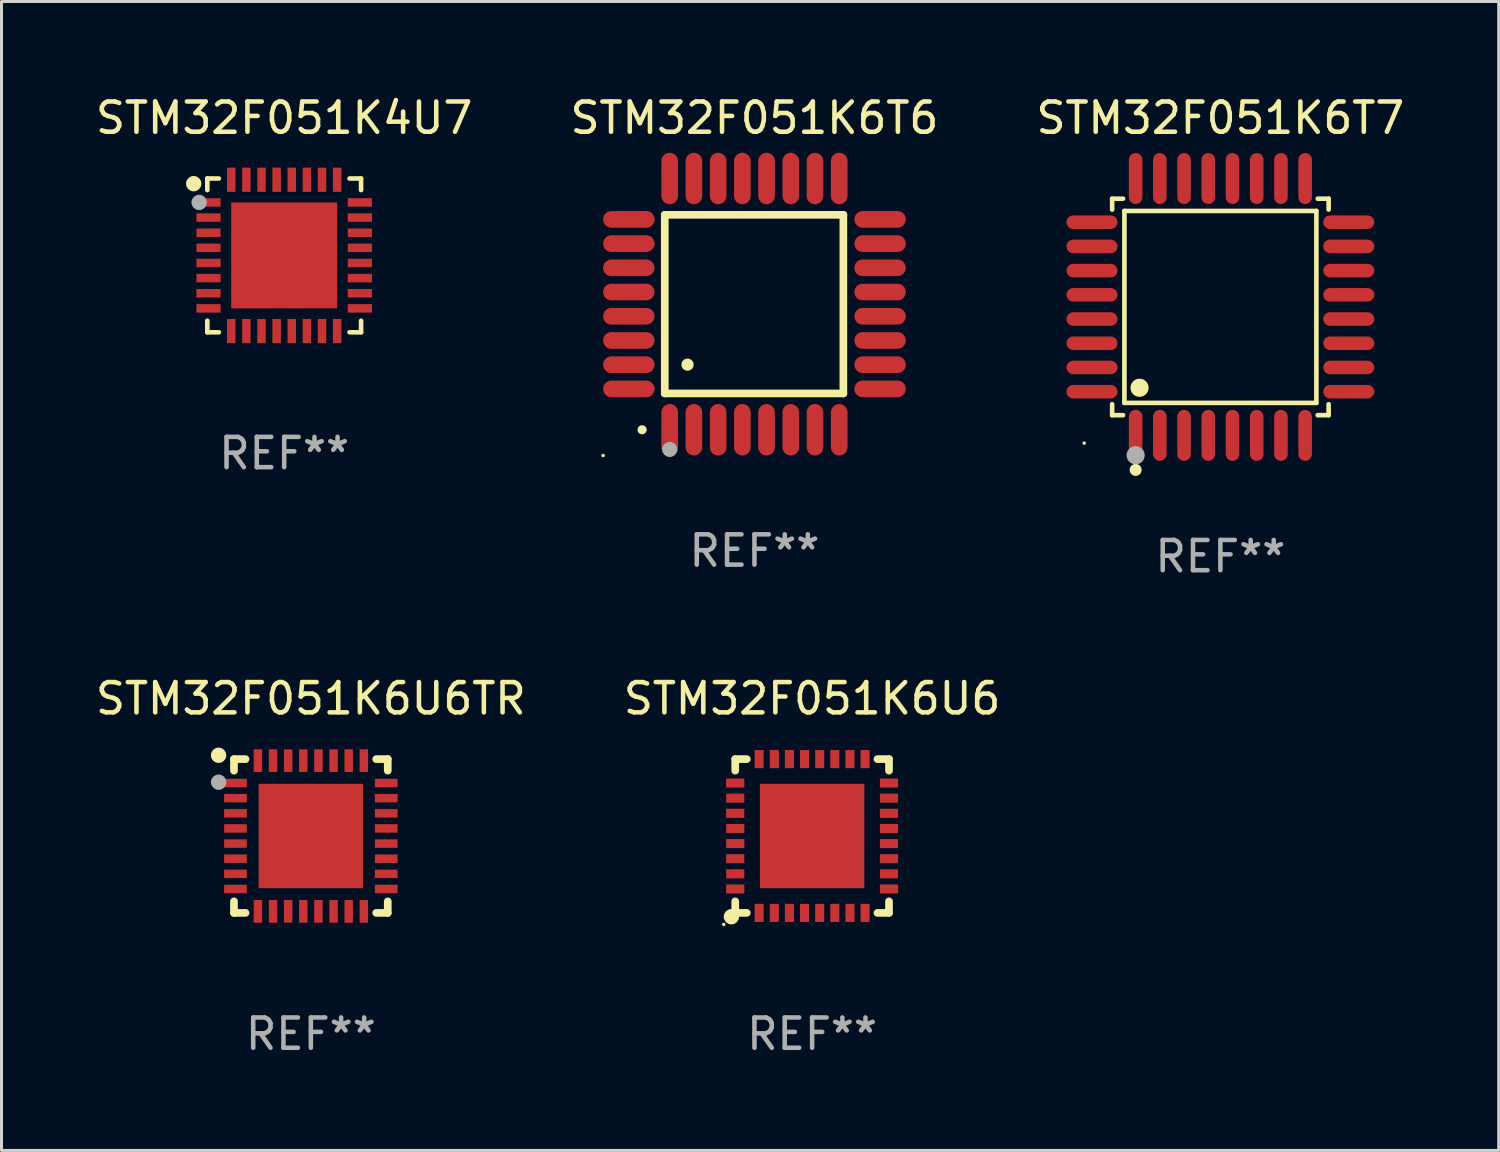
<source format=kicad_pcb>
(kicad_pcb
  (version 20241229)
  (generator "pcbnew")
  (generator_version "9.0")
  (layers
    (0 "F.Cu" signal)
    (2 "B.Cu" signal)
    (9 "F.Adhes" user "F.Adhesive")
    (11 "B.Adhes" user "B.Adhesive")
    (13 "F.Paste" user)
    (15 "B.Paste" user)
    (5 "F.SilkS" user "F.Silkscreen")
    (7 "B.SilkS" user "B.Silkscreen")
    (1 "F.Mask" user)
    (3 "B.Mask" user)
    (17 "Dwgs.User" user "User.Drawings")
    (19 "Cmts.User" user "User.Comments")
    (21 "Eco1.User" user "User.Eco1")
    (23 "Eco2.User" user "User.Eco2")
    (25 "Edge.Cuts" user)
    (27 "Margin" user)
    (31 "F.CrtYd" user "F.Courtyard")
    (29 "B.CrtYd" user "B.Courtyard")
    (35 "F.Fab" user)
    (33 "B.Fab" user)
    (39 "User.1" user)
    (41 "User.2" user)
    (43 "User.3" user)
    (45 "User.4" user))
  (footprint "STM32F051K6T6"
    (layer "F.Cu")
    (at 21.875 6.998)
    (property "Reference" "STM32F051K6T6" (at 0 -6.15 0) (layer "F.SilkS") (effects (font (size 1 1) (thickness 0.15))))
    (attr through_hole)
    (fp_line (start -2.963 -2.95) (end -2.963 2.95) (stroke (width 0.254) (type solid)) (layer "F.SilkS"))
    (fp_line (start -2.963 2.95) (end 2.937 2.95) (stroke (width 0.254) (type solid)) (layer "F.SilkS"))
    (fp_line (start 2.937 -2.95) (end -2.963 -2.95) (stroke (width 0.254) (type solid)) (layer "F.SilkS"))
    (fp_line (start 2.937 2.95) (end 2.937 -2.95) (stroke (width 0.254) (type solid)) (layer "F.SilkS"))
    (fp_arc (start -3.713487 4.150368) (mid -3.712217 4.150363) (end -3.710947 4.150368) (stroke (width 0.3) (type solid)) (layer "F.SilkS"))
    (fp_arc (start -2.212344 1.998984) (mid -2.211074 1.99898) (end -2.209804 1.998984) (stroke (width 0.4) (type solid)) (layer "F.SilkS"))
    (fp_circle (center -5 5) (end -4.97 5) (stroke (width 0.06) (type solid)) (fill no) (layer "F.SilkS"))
    (fp_circle (center -2.8 4.8) (end -2.675 4.8) (stroke (width 0.25) (type solid)) (fill no) (layer "F.Fab"))
    (fp_text user "REF**" (at 0 8.15 0) (layer "F.Fab") (effects (font (size 1 1) (thickness 0.15))))
    (pad "1" smd oval (at -2.8 4.15 180) (size 0.55 1.7) (layers "F.Cu" "F.Mask" "F.Paste"))
    (pad "2" smd oval (at -2 4.15 180) (size 0.55 1.7) (layers "F.Cu" "F.Mask" "F.Paste"))
    (pad "3" smd oval (at -1.2 4.15 180) (size 0.55 1.7) (layers "F.Cu" "F.Mask" "F.Paste"))
    (pad "4" smd oval (at -0.4 4.15 180) (size 0.55 1.7) (layers "F.Cu" "F.Mask" "F.Paste"))
    (pad "5" smd oval (at 0.4 4.15 180) (size 0.55 1.7) (layers "F.Cu" "F.Mask" "F.Paste"))
    (pad "6" smd oval (at 1.2 4.15 180) (size 0.55 1.7) (layers "F.Cu" "F.Mask" "F.Paste"))
    (pad "7" smd oval (at 2 4.15 180) (size 0.55 1.7) (layers "F.Cu" "F.Mask" "F.Paste"))
    (pad "8" smd oval (at 2.8 4.15 180) (size 0.55 1.7) (layers "F.Cu" "F.Mask" "F.Paste"))
    (pad "9" smd oval (at 4.15 2.8 90) (size 0.55 1.7) (layers "F.Cu" "F.Mask" "F.Paste"))
    (pad "10" smd oval (at 4.15 2 90) (size 0.55 1.7) (layers "F.Cu" "F.Mask" "F.Paste"))
    (pad "11" smd oval (at 4.15 1.2 90) (size 0.55 1.7) (layers "F.Cu" "F.Mask" "F.Paste"))
    (pad "12" smd oval (at 4.15 0.4 90) (size 0.55 1.7) (layers "F.Cu" "F.Mask" "F.Paste"))
    (pad "13" smd oval (at 4.15 -0.4 90) (size 0.55 1.7) (layers "F.Cu" "F.Mask" "F.Paste"))
    (pad "14" smd oval (at 4.15 -1.2 90) (size 0.55 1.7) (layers "F.Cu" "F.Mask" "F.Paste"))
    (pad "15" smd oval (at 4.15 -2 90) (size 0.55 1.7) (layers "F.Cu" "F.Mask" "F.Paste"))
    (pad "16" smd oval (at 4.15 -2.8 90) (size 0.55 1.7) (layers "F.Cu" "F.Mask" "F.Paste"))
    (pad "17" smd oval (at 2.8 -4.15 180) (size 0.55 1.7) (layers "F.Cu" "F.Mask" "F.Paste"))
    (pad "18" smd oval (at 2 -4.15 180) (size 0.55 1.7) (layers "F.Cu" "F.Mask" "F.Paste"))
    (pad "19" smd oval (at 1.2 -4.15 180) (size 0.55 1.7) (layers "F.Cu" "F.Mask" "F.Paste"))
    (pad "20" smd oval (at 0.4 -4.15 180) (size 0.55 1.7) (layers "F.Cu" "F.Mask" "F.Paste"))
    (pad "21" smd oval (at -0.4 -4.15 180) (size 0.55 1.7) (layers "F.Cu" "F.Mask" "F.Paste"))
    (pad "22" smd oval (at -1.2 -4.15 180) (size 0.55 1.7) (layers "F.Cu" "F.Mask" "F.Paste"))
    (pad "23" smd oval (at -2 -4.15 180) (size 0.55 1.7) (layers "F.Cu" "F.Mask" "F.Paste"))
    (pad "24" smd oval (at -2.8 -4.15 180) (size 0.55 1.7) (layers "F.Cu" "F.Mask" "F.Paste"))
    (pad "25" smd oval (at -4.15 -2.8 90) (size 0.55 1.7) (layers "F.Cu" "F.Mask" "F.Paste"))
    (pad "26" smd oval (at -4.15 -2 90) (size 0.55 1.7) (layers "F.Cu" "F.Mask" "F.Paste"))
    (pad "27" smd oval (at -4.15 -1.2 90) (size 0.55 1.7) (layers "F.Cu" "F.Mask" "F.Paste"))
    (pad "28" smd oval (at -4.15 -0.4 90) (size 0.55 1.7) (layers "F.Cu" "F.Mask" "F.Paste"))
    (pad "29" smd oval (at -4.15 0.4 90) (size 0.55 1.7) (layers "F.Cu" "F.Mask" "F.Paste"))
    (pad "30" smd oval (at -4.15 1.2 90) (size 0.55 1.7) (layers "F.Cu" "F.Mask" "F.Paste"))
    (pad "31" smd oval (at -4.15 2 90) (size 0.55 1.7) (layers "F.Cu" "F.Mask" "F.Paste"))
    (pad "32" smd oval (at -4.15 2.8 90) (size 0.55 1.7) (layers "F.Cu" "F.Mask" "F.Paste")))
  (footprint "STM32F051K6U6"
    (layer "F.Cu")
    (at 23.78 24.569)
    (property "Reference" "STM32F051K6U6" (at 0 -4.54 0) (layer "F.SilkS") (effects (font (size 1 1) (thickness 0.15))))
    (attr through_hole)
    (fp_line (start -2.54 -2.54) (end -2.159 -2.54) (stroke (width 0.254) (type solid)) (layer "F.SilkS"))
    (fp_line (start -2.54 -2.159) (end -2.54 -2.54) (stroke (width 0.254) (type solid)) (layer "F.SilkS"))
    (fp_line (start -2.54 2.54) (end -2.54 2.159) (stroke (width 0.254) (type solid)) (layer "F.SilkS"))
    (fp_line (start -2.159 2.54) (end -2.54 2.54) (stroke (width 0.254) (type solid)) (layer "F.SilkS"))
    (fp_line (start 2.159 -2.54) (end 2.54 -2.54) (stroke (width 0.254) (type solid)) (layer "F.SilkS"))
    (fp_line (start 2.54 -2.54) (end 2.54 -2.159) (stroke (width 0.254) (type solid)) (layer "F.SilkS"))
    (fp_line (start 2.54 2.159) (end 2.54 2.54) (stroke (width 0.254) (type solid)) (layer "F.SilkS"))
    (fp_line (start 2.54 2.54) (end 2.159 2.54) (stroke (width 0.254) (type solid)) (layer "F.SilkS"))
    (fp_circle (center -2.921 2.921) (end -2.891 2.921) (stroke (width 0.06) (type solid)) (fill no) (layer "F.SilkS"))
    (fp_circle (center -2.667 2.667) (end -2.54 2.667) (stroke (width 0.254) (type solid)) (fill no) (layer "F.SilkS"))
    (fp_text user "REF**" (at 0 6.54 0) (layer "F.Fab") (effects (font (size 1 1) (thickness 0.15))))
    (pad "1" smd rect (at -1.75 2.54 90) (size 0.6 0.3) (layers "F.Cu" "F.Mask" "F.Paste"))
    (pad "2" smd rect (at -1.25 2.54 90) (size 0.6 0.3) (layers "F.Cu" "F.Mask" "F.Paste"))
    (pad "3" smd rect (at -0.75 2.54 90) (size 0.6 0.3) (layers "F.Cu" "F.Mask" "F.Paste"))
    (pad "4" smd rect (at -0.25 2.54 90) (size 0.6 0.3) (layers "F.Cu" "F.Mask" "F.Paste"))
    (pad "5" smd rect (at 0.25 2.54 90) (size 0.6 0.3) (layers "F.Cu" "F.Mask" "F.Paste"))
    (pad "6" smd rect (at 0.75 2.54 90) (size 0.6 0.3) (layers "F.Cu" "F.Mask" "F.Paste"))
    (pad "7" smd rect (at 1.25 2.54 90) (size 0.6 0.3) (layers "F.Cu" "F.Mask" "F.Paste"))
    (pad "8" smd rect (at 1.75 2.54 90) (size 0.6 0.3) (layers "F.Cu" "F.Mask" "F.Paste"))
    (pad "9" smd rect (at 2.54 1.75 180) (size 0.6 0.3) (layers "F.Cu" "F.Mask" "F.Paste"))
    (pad "10" smd rect (at 2.54 1.25 180) (size 0.6 0.3) (layers "F.Cu" "F.Mask" "F.Paste"))
    (pad "11" smd rect (at 2.54 0.75 180) (size 0.6 0.3) (layers "F.Cu" "F.Mask" "F.Paste"))
    (pad "12" smd rect (at 2.54 0.25 180) (size 0.6 0.3) (layers "F.Cu" "F.Mask" "F.Paste"))
    (pad "13" smd rect (at 2.54 -0.25 180) (size 0.6 0.3) (layers "F.Cu" "F.Mask" "F.Paste"))
    (pad "14" smd rect (at 2.54 -0.75 180) (size 0.6 0.3) (layers "F.Cu" "F.Mask" "F.Paste"))
    (pad "15" smd rect (at 2.54 -1.25 180) (size 0.6 0.3) (layers "F.Cu" "F.Mask" "F.Paste"))
    (pad "16" smd rect (at 2.54 -1.75 180) (size 0.6 0.3) (layers "F.Cu" "F.Mask" "F.Paste"))
    (pad "17" smd rect (at 1.75 -2.54 270) (size 0.6 0.3) (layers "F.Cu" "F.Mask" "F.Paste"))
    (pad "18" smd rect (at 1.25 -2.54 270) (size 0.6 0.3) (layers "F.Cu" "F.Mask" "F.Paste"))
    (pad "19" smd rect (at 0.75 -2.54 270) (size 0.6 0.3) (layers "F.Cu" "F.Mask" "F.Paste"))
    (pad "20" smd rect (at 0.25 -2.54 270) (size 0.6 0.3) (layers "F.Cu" "F.Mask" "F.Paste"))
    (pad "21" smd rect (at -0.25 -2.54 270) (size 0.6 0.3) (layers "F.Cu" "F.Mask" "F.Paste"))
    (pad "22" smd rect (at -0.75 -2.54 270) (size 0.6 0.3) (layers "F.Cu" "F.Mask" "F.Paste"))
    (pad "23" smd rect (at -1.25 -2.54 270) (size 0.6 0.3) (layers "F.Cu" "F.Mask" "F.Paste"))
    (pad "24" smd rect (at -1.75 -2.54 270) (size 0.6 0.3) (layers "F.Cu" "F.Mask" "F.Paste"))
    (pad "25" smd rect (at -2.54 -1.75) (size 0.6 0.3) (layers "F.Cu" "F.Mask" "F.Paste"))
    (pad "26" smd rect (at -2.54 -1.25) (size 0.6 0.3) (layers "F.Cu" "F.Mask" "F.Paste"))
    (pad "27" smd rect (at -2.54 -0.75) (size 0.6 0.3) (layers "F.Cu" "F.Mask" "F.Paste"))
    (pad "28" smd rect (at -2.54 -0.25) (size 0.6 0.3) (layers "F.Cu" "F.Mask" "F.Paste"))
    (pad "29" smd rect (at -2.54 0.25) (size 0.6 0.3) (layers "F.Cu" "F.Mask" "F.Paste"))
    (pad "30" smd rect (at -2.54 0.75) (size 0.6 0.3) (layers "F.Cu" "F.Mask" "F.Paste"))
    (pad "31" smd rect (at -2.54 1.25) (size 0.6 0.3) (layers "F.Cu" "F.Mask" "F.Paste"))
    (pad "32" smd rect (at -2.54 1.75) (size 0.6 0.3) (layers "F.Cu" "F.Mask" "F.Paste"))
    (pad "33" smd rect (at 0 0) (size 3.45 3.45) (layers "F.Cu" "F.Mask" "F.Paste")))
  (footprint "STM32F051K6T7"
    (layer "F.Cu")
    (at 37.268 7.09)
    (property "Reference" "STM32F051K6T7" (at 0 -6.242 0) (layer "F.SilkS") (effects (font (size 1 1) (thickness 0.15))))
    (attr through_hole)
    (fp_line (start -3.576 -3.576) (end -3.215 -3.576) (stroke (width 0.152) (type solid)) (layer "F.SilkS"))
    (fp_line (start -3.576 -3.215) (end -3.576 -3.576) (stroke (width 0.152) (type solid)) (layer "F.SilkS"))
    (fp_line (start -3.576 3.215) (end -3.576 3.576) (stroke (width 0.152) (type solid)) (layer "F.SilkS"))
    (fp_line (start -3.576 3.576) (end -3.215 3.576) (stroke (width 0.152) (type solid)) (layer "F.SilkS"))
    (fp_line (start -3.171 -3.171) (end 3.171 -3.171) (stroke (width 0.152) (type solid)) (layer "F.SilkS"))
    (fp_line (start -3.171 3.171) (end -3.171 -3.171) (stroke (width 0.152) (type solid)) (layer "F.SilkS"))
    (fp_line (start 3.171 -3.171) (end 3.171 3.171) (stroke (width 0.152) (type solid)) (layer "F.SilkS"))
    (fp_line (start 3.171 3.171) (end -3.171 3.171) (stroke (width 0.152) (type solid)) (layer "F.SilkS"))
    (fp_line (start 3.576 -3.576) (end 3.215 -3.576) (stroke (width 0.152) (type solid)) (layer "F.SilkS"))
    (fp_line (start 3.576 -3.215) (end 3.576 -3.576) (stroke (width 0.152) (type solid)) (layer "F.SilkS"))
    (fp_line (start 3.576 3.215) (end 3.576 3.576) (stroke (width 0.152) (type solid)) (layer "F.SilkS"))
    (fp_line (start 3.576 3.576) (end 3.215 3.576) (stroke (width 0.152) (type solid)) (layer "F.SilkS"))
    (fp_circle (center -4.5 4.5) (end -4.47 4.5) (stroke (width 0.06) (type solid)) (fill no) (layer "F.SilkS"))
    (fp_circle (center -2.8 5.384) (end -2.7 5.384) (stroke (width 0.2) (type solid)) (fill no) (layer "F.SilkS"))
    (fp_circle (center -2.671 2.671) (end -2.521 2.671) (stroke (width 0.3) (type solid)) (fill no) (layer "F.SilkS"))
    (fp_circle (center -2.8 4.9) (end -2.65 4.9) (stroke (width 0.3) (type solid)) (fill no) (layer "F.Fab"))
    (fp_text user "REF**" (at 0 8.242 0) (layer "F.Fab") (effects (font (size 1 1) (thickness 0.15))))
    (pad "1" smd oval (at -2.8 4.242) (size 0.448 1.684) (layers "F.Cu" "F.Mask" "F.Paste"))
    (pad "2" smd oval (at -2 4.242) (size 0.448 1.684) (layers "F.Cu" "F.Mask" "F.Paste"))
    (pad "3" smd oval (at -1.2 4.242) (size 0.448 1.684) (layers "F.Cu" "F.Mask" "F.Paste"))
    (pad "4" smd oval (at -0.4 4.242) (size 0.448 1.684) (layers "F.Cu" "F.Mask" "F.Paste"))
    (pad "5" smd oval (at 0.4 4.242) (size 0.448 1.684) (layers "F.Cu" "F.Mask" "F.Paste"))
    (pad "6" smd oval (at 1.2 4.242) (size 0.448 1.684) (layers "F.Cu" "F.Mask" "F.Paste"))
    (pad "7" smd oval (at 2 4.242) (size 0.448 1.684) (layers "F.Cu" "F.Mask" "F.Paste"))
    (pad "8" smd oval (at 2.8 4.242) (size 0.448 1.684) (layers "F.Cu" "F.Mask" "F.Paste"))
    (pad "9" smd oval (at 4.242 2.8) (size 1.684 0.448) (layers "F.Cu" "F.Mask" "F.Paste"))
    (pad "10" smd oval (at 4.242 2) (size 1.684 0.448) (layers "F.Cu" "F.Mask" "F.Paste"))
    (pad "11" smd oval (at 4.242 1.2) (size 1.684 0.448) (layers "F.Cu" "F.Mask" "F.Paste"))
    (pad "12" smd oval (at 4.242 0.4) (size 1.684 0.448) (layers "F.Cu" "F.Mask" "F.Paste"))
    (pad "13" smd oval (at 4.242 -0.4) (size 1.684 0.448) (layers "F.Cu" "F.Mask" "F.Paste"))
    (pad "14" smd oval (at 4.242 -1.2) (size 1.684 0.448) (layers "F.Cu" "F.Mask" "F.Paste"))
    (pad "15" smd oval (at 4.242 -2) (size 1.684 0.448) (layers "F.Cu" "F.Mask" "F.Paste"))
    (pad "16" smd oval (at 4.242 -2.8) (size 1.684 0.448) (layers "F.Cu" "F.Mask" "F.Paste"))
    (pad "17" smd oval (at 2.8 -4.242) (size 0.448 1.684) (layers "F.Cu" "F.Mask" "F.Paste"))
    (pad "18" smd oval (at 2 -4.242) (size 0.448 1.684) (layers "F.Cu" "F.Mask" "F.Paste"))
    (pad "19" smd oval (at 1.2 -4.242) (size 0.448 1.684) (layers "F.Cu" "F.Mask" "F.Paste"))
    (pad "20" smd oval (at 0.4 -4.242) (size 0.448 1.684) (layers "F.Cu" "F.Mask" "F.Paste"))
    (pad "21" smd oval (at -0.4 -4.242) (size 0.448 1.684) (layers "F.Cu" "F.Mask" "F.Paste"))
    (pad "22" smd oval (at -1.2 -4.242) (size 0.448 1.684) (layers "F.Cu" "F.Mask" "F.Paste"))
    (pad "23" smd oval (at -2 -4.242) (size 0.448 1.684) (layers "F.Cu" "F.Mask" "F.Paste"))
    (pad "24" smd oval (at -2.8 -4.242) (size 0.448 1.684) (layers "F.Cu" "F.Mask" "F.Paste"))
    (pad "25" smd oval (at -4.242 -2.8) (size 1.684 0.448) (layers "F.Cu" "F.Mask" "F.Paste"))
    (pad "26" smd oval (at -4.242 -2) (size 1.684 0.448) (layers "F.Cu" "F.Mask" "F.Paste"))
    (pad "27" smd oval (at -4.242 -1.2) (size 1.684 0.448) (layers "F.Cu" "F.Mask" "F.Paste"))
    (pad "28" smd oval (at -4.242 -0.4) (size 1.684 0.448) (layers "F.Cu" "F.Mask" "F.Paste"))
    (pad "29" smd oval (at -4.242 0.4) (size 1.684 0.448) (layers "F.Cu" "F.Mask" "F.Paste"))
    (pad "30" smd oval (at -4.242 1.2) (size 1.684 0.448) (layers "F.Cu" "F.Mask" "F.Paste"))
    (pad "31" smd oval (at -4.242 2) (size 1.684 0.448) (layers "F.Cu" "F.Mask" "F.Paste"))
    (pad "32" smd oval (at -4.242 2.8) (size 1.684 0.448) (layers "F.Cu" "F.Mask" "F.Paste")))
  (footprint "STM32F051K4U7"
    (layer "F.Cu")
    (at 6.339 5.388)
    (property "Reference" "STM32F051K4U7" (at 0 -4.54 0) (layer "F.SilkS") (effects (font (size 1 1) (thickness 0.15))))
    (attr through_hole)
    (fp_line (start -2.54 -2.54) (end -2.159 -2.54) (stroke (width 0.152) (type solid)) (layer "F.SilkS"))
    (fp_line (start -2.54 -2.159) (end -2.54 -2.54) (stroke (width 0.152) (type solid)) (layer "F.SilkS"))
    (fp_line (start -2.54 2.54) (end -2.54 2.159) (stroke (width 0.152) (type solid)) (layer "F.SilkS"))
    (fp_line (start -2.159 2.54) (end -2.54 2.54) (stroke (width 0.152) (type solid)) (layer "F.SilkS"))
    (fp_line (start 2.159 -2.54) (end 2.54 -2.54) (stroke (width 0.152) (type solid)) (layer "F.SilkS"))
    (fp_line (start 2.54 -2.54) (end 2.54 -2.159) (stroke (width 0.152) (type solid)) (layer "F.SilkS"))
    (fp_line (start 2.54 2.159) (end 2.54 2.54) (stroke (width 0.152) (type solid)) (layer "F.SilkS"))
    (fp_line (start 2.54 2.54) (end 2.159 2.54) (stroke (width 0.152) (type solid)) (layer "F.SilkS"))
    (fp_circle (center -2.99 -2.37) (end -2.863 -2.37) (stroke (width 0.254) (type solid)) (fill no) (layer "F.SilkS"))
    (fp_circle (center -2.5 -2.5) (end -2.47 -2.5) (stroke (width 0.06) (type solid)) (fill no) (layer "F.SilkS"))
    (fp_circle (center -2.81 -1.75) (end -2.683 -1.75) (stroke (width 0.254) (type solid)) (fill no) (layer "F.Fab"))
    (fp_text user "REF**" (at 0 6.54 0) (layer "F.Fab") (effects (font (size 1 1) (thickness 0.15))))
    (pad "1" smd rect (at -2.5 -1.75 270) (size 0.28 0.8) (layers "F.Cu" "F.Mask" "F.Paste"))
    (pad "2" smd rect (at -2.5 -1.25 270) (size 0.28 0.8) (layers "F.Cu" "F.Mask" "F.Paste"))
    (pad "3" smd rect (at -2.5 -0.75 270) (size 0.28 0.8) (layers "F.Cu" "F.Mask" "F.Paste"))
    (pad "4" smd rect (at -2.5 -0.25 270) (size 0.28 0.8) (layers "F.Cu" "F.Mask" "F.Paste"))
    (pad "5" smd rect (at -2.5 0.25 270) (size 0.28 0.8) (layers "F.Cu" "F.Mask" "F.Paste"))
    (pad "6" smd rect (at -2.5 0.75 270) (size 0.28 0.8) (layers "F.Cu" "F.Mask" "F.Paste"))
    (pad "7" smd rect (at -2.5 1.25 270) (size 0.28 0.8) (layers "F.Cu" "F.Mask" "F.Paste"))
    (pad "8" smd rect (at -2.5 1.75 270) (size 0.28 0.8) (layers "F.Cu" "F.Mask" "F.Paste"))
    (pad "9" smd rect (at -1.75 2.5 270) (size 0.8 0.28) (layers "F.Cu" "F.Mask" "F.Paste"))
    (pad "10" smd rect (at -1.25 2.5 270) (size 0.8 0.28) (layers "F.Cu" "F.Mask" "F.Paste"))
    (pad "11" smd rect (at -0.75 2.5 270) (size 0.8 0.28) (layers "F.Cu" "F.Mask" "F.Paste"))
    (pad "12" smd rect (at -0.25 2.5 270) (size 0.8 0.28) (layers "F.Cu" "F.Mask" "F.Paste"))
    (pad "13" smd rect (at 0.25 2.5 270) (size 0.8 0.28) (layers "F.Cu" "F.Mask" "F.Paste"))
    (pad "14" smd rect (at 0.75 2.5 270) (size 0.8 0.28) (layers "F.Cu" "F.Mask" "F.Paste"))
    (pad "15" smd rect (at 1.25 2.5 270) (size 0.8 0.28) (layers "F.Cu" "F.Mask" "F.Paste"))
    (pad "16" smd rect (at 1.75 2.5 270) (size 0.8 0.28) (layers "F.Cu" "F.Mask" "F.Paste"))
    (pad "17" smd rect (at 2.5 1.75 270) (size 0.28 0.8) (layers "F.Cu" "F.Mask" "F.Paste"))
    (pad "18" smd rect (at 2.5 1.25 270) (size 0.28 0.8) (layers "F.Cu" "F.Mask" "F.Paste"))
    (pad "19" smd rect (at 2.5 0.75 270) (size 0.28 0.8) (layers "F.Cu" "F.Mask" "F.Paste"))
    (pad "20" smd rect (at 2.5 0.25 270) (size 0.28 0.8) (layers "F.Cu" "F.Mask" "F.Paste"))
    (pad "21" smd rect (at 2.5 -0.25 270) (size 0.28 0.8) (layers "F.Cu" "F.Mask" "F.Paste"))
    (pad "22" smd rect (at 2.5 -0.75 270) (size 0.28 0.8) (layers "F.Cu" "F.Mask" "F.Paste"))
    (pad "23" smd rect (at 2.5 -1.25 270) (size 0.28 0.8) (layers "F.Cu" "F.Mask" "F.Paste"))
    (pad "24" smd rect (at 2.5 -1.75 270) (size 0.28 0.8) (layers "F.Cu" "F.Mask" "F.Paste"))
    (pad "25" smd rect (at 1.75 -2.5 270) (size 0.8 0.28) (layers "F.Cu" "F.Mask" "F.Paste"))
    (pad "26" smd rect (at 1.25 -2.5 270) (size 0.8 0.28) (layers "F.Cu" "F.Mask" "F.Paste"))
    (pad "27" smd rect (at 0.75 -2.5 270) (size 0.8 0.28) (layers "F.Cu" "F.Mask" "F.Paste"))
    (pad "28" smd rect (at 0.25 -2.5 270) (size 0.8 0.28) (layers "F.Cu" "F.Mask" "F.Paste"))
    (pad "29" smd rect (at -0.25 -2.5 270) (size 0.8 0.28) (layers "F.Cu" "F.Mask" "F.Paste"))
    (pad "30" smd rect (at -0.75 -2.5 270) (size 0.8 0.28) (layers "F.Cu" "F.Mask" "F.Paste"))
    (pad "31" smd rect (at -1.25 -2.5 270) (size 0.8 0.28) (layers "F.Cu" "F.Mask" "F.Paste"))
    (pad "32" smd rect (at -1.75 -2.5 270) (size 0.8 0.28) (layers "F.Cu" "F.Mask" "F.Paste"))
    (pad "33" smd rect (at -0.000102 0.000102 270) (size 3.5 3.5) (layers "F.Cu" "F.Mask" "F.Paste")))
  (footprint "STM32F051K6U6TR"
    (layer "F.Cu")
    (at 7.22 24.569)
    (property "Reference" "STM32F051K6U6TR" (at 0 -4.54 0) (layer "F.SilkS") (effects (font (size 1 1) (thickness 0.15))))
    (attr through_hole)
    (fp_line (start -2.54 -2.54) (end -2.159 -2.54) (stroke (width 0.254) (type solid)) (layer "F.SilkS"))
    (fp_line (start -2.54 -2.159) (end -2.54 -2.54) (stroke (width 0.254) (type solid)) (layer "F.SilkS"))
    (fp_line (start -2.54 2.54) (end -2.54 2.159) (stroke (width 0.254) (type solid)) (layer "F.SilkS"))
    (fp_line (start -2.159 2.54) (end -2.54 2.54) (stroke (width 0.254) (type solid)) (layer "F.SilkS"))
    (fp_line (start 2.159 -2.54) (end 2.54 -2.54) (stroke (width 0.254) (type solid)) (layer "F.SilkS"))
    (fp_line (start 2.54 -2.54) (end 2.54 -2.159) (stroke (width 0.254) (type solid)) (layer "F.SilkS"))
    (fp_line (start 2.54 2.159) (end 2.54 2.54) (stroke (width 0.254) (type solid)) (layer "F.SilkS"))
    (fp_line (start 2.54 2.54) (end 2.159 2.54) (stroke (width 0.254) (type solid)) (layer "F.SilkS"))
    (fp_circle (center -3.048 -2.667) (end -2.921 -2.667) (stroke (width 0.254) (type solid)) (fill no) (layer "F.SilkS"))
    (fp_circle (center -2.5 -2.5) (end -2.47 -2.5) (stroke (width 0.06) (type solid)) (fill no) (layer "F.SilkS"))
    (fp_circle (center -3.048 -1.778) (end -2.921 -1.778) (stroke (width 0.254) (type solid)) (fill no) (layer "F.Fab"))
    (fp_text user "REF**" (at 0 6.54 0) (layer "F.Fab") (effects (font (size 1 1) (thickness 0.15))))
    (pad "1" smd rect (at -2.49 -1.75) (size 0.75 0.28) (layers "F.Cu" "F.Mask" "F.Paste"))
    (pad "2" smd rect (at -2.49 -1.25) (size 0.75 0.28) (layers "F.Cu" "F.Mask" "F.Paste"))
    (pad "3" smd rect (at -2.49 -0.75) (size 0.75 0.28) (layers "F.Cu" "F.Mask" "F.Paste"))
    (pad "4" smd rect (at -2.49 -0.25) (size 0.75 0.28) (layers "F.Cu" "F.Mask" "F.Paste"))
    (pad "5" smd rect (at -2.49 0.25) (size 0.75 0.28) (layers "F.Cu" "F.Mask" "F.Paste"))
    (pad "6" smd rect (at -2.49 0.75) (size 0.75 0.28) (layers "F.Cu" "F.Mask" "F.Paste"))
    (pad "7" smd rect (at -2.49 1.25) (size 0.75 0.28) (layers "F.Cu" "F.Mask" "F.Paste"))
    (pad "8" smd rect (at -2.49 1.75) (size 0.75 0.28) (layers "F.Cu" "F.Mask" "F.Paste"))
    (pad "9" smd rect (at -1.75 2.49) (size 0.28 0.75) (layers "F.Cu" "F.Mask" "F.Paste"))
    (pad "10" smd rect (at -1.25 2.49) (size 0.28 0.75) (layers "F.Cu" "F.Mask" "F.Paste"))
    (pad "11" smd rect (at -0.75 2.49) (size 0.28 0.75) (layers "F.Cu" "F.Mask" "F.Paste"))
    (pad "12" smd rect (at -0.25 2.49) (size 0.28 0.75) (layers "F.Cu" "F.Mask" "F.Paste"))
    (pad "13" smd rect (at 0.25 2.49) (size 0.28 0.75) (layers "F.Cu" "F.Mask" "F.Paste"))
    (pad "14" smd rect (at 0.75 2.49) (size 0.28 0.75) (layers "F.Cu" "F.Mask" "F.Paste"))
    (pad "15" smd rect (at 1.25 2.49) (size 0.28 0.75) (layers "F.Cu" "F.Mask" "F.Paste"))
    (pad "16" smd rect (at 1.75 2.49) (size 0.28 0.75) (layers "F.Cu" "F.Mask" "F.Paste"))
    (pad "17" smd rect (at 2.49 1.75) (size 0.75 0.28) (layers "F.Cu" "F.Mask" "F.Paste"))
    (pad "18" smd rect (at 2.49 1.25) (size 0.75 0.28) (layers "F.Cu" "F.Mask" "F.Paste"))
    (pad "19" smd rect (at 2.49 0.75) (size 0.75 0.28) (layers "F.Cu" "F.Mask" "F.Paste"))
    (pad "20" smd rect (at 2.49 0.25) (size 0.75 0.28) (layers "F.Cu" "F.Mask" "F.Paste"))
    (pad "21" smd rect (at 2.49 -0.25) (size 0.75 0.28) (layers "F.Cu" "F.Mask" "F.Paste"))
    (pad "22" smd rect (at 2.49 -0.75) (size 0.75 0.28) (layers "F.Cu" "F.Mask" "F.Paste"))
    (pad "23" smd rect (at 2.49 -1.25) (size 0.75 0.28) (layers "F.Cu" "F.Mask" "F.Paste"))
    (pad "24" smd rect (at 2.49 -1.75) (size 0.75 0.28) (layers "F.Cu" "F.Mask" "F.Paste"))
    (pad "25" smd rect (at 1.75 -2.49) (size 0.28 0.75) (layers "F.Cu" "F.Mask" "F.Paste"))
    (pad "26" smd rect (at 1.25 -2.49) (size 0.28 0.75) (layers "F.Cu" "F.Mask" "F.Paste"))
    (pad "27" smd rect (at 0.75 -2.49) (size 0.28 0.75) (layers "F.Cu" "F.Mask" "F.Paste"))
    (pad "28" smd rect (at 0.25 -2.49) (size 0.28 0.75) (layers "F.Cu" "F.Mask" "F.Paste"))
    (pad "29" smd rect (at -0.25 -2.49) (size 0.28 0.75) (layers "F.Cu" "F.Mask" "F.Paste"))
    (pad "30" smd rect (at -0.75 -2.49) (size 0.28 0.75) (layers "F.Cu" "F.Mask" "F.Paste"))
    (pad "31" smd rect (at -1.25 -2.49) (size 0.28 0.75) (layers "F.Cu" "F.Mask" "F.Paste"))
    (pad "32" smd rect (at -1.75 -2.49) (size 0.28 0.75) (layers "F.Cu" "F.Mask" "F.Paste"))
    (pad "33" smd rect (at 0 0) (size 3.45 3.45) (layers "F.Cu" "F.Mask" "F.Paste")))
  (gr_rect
    (start -3 -3)
    (end 46.464 34.957)
    (stroke (width 0.1) (type default))
    (fill no)
    (layer "Edge.Cuts")))
</source>
